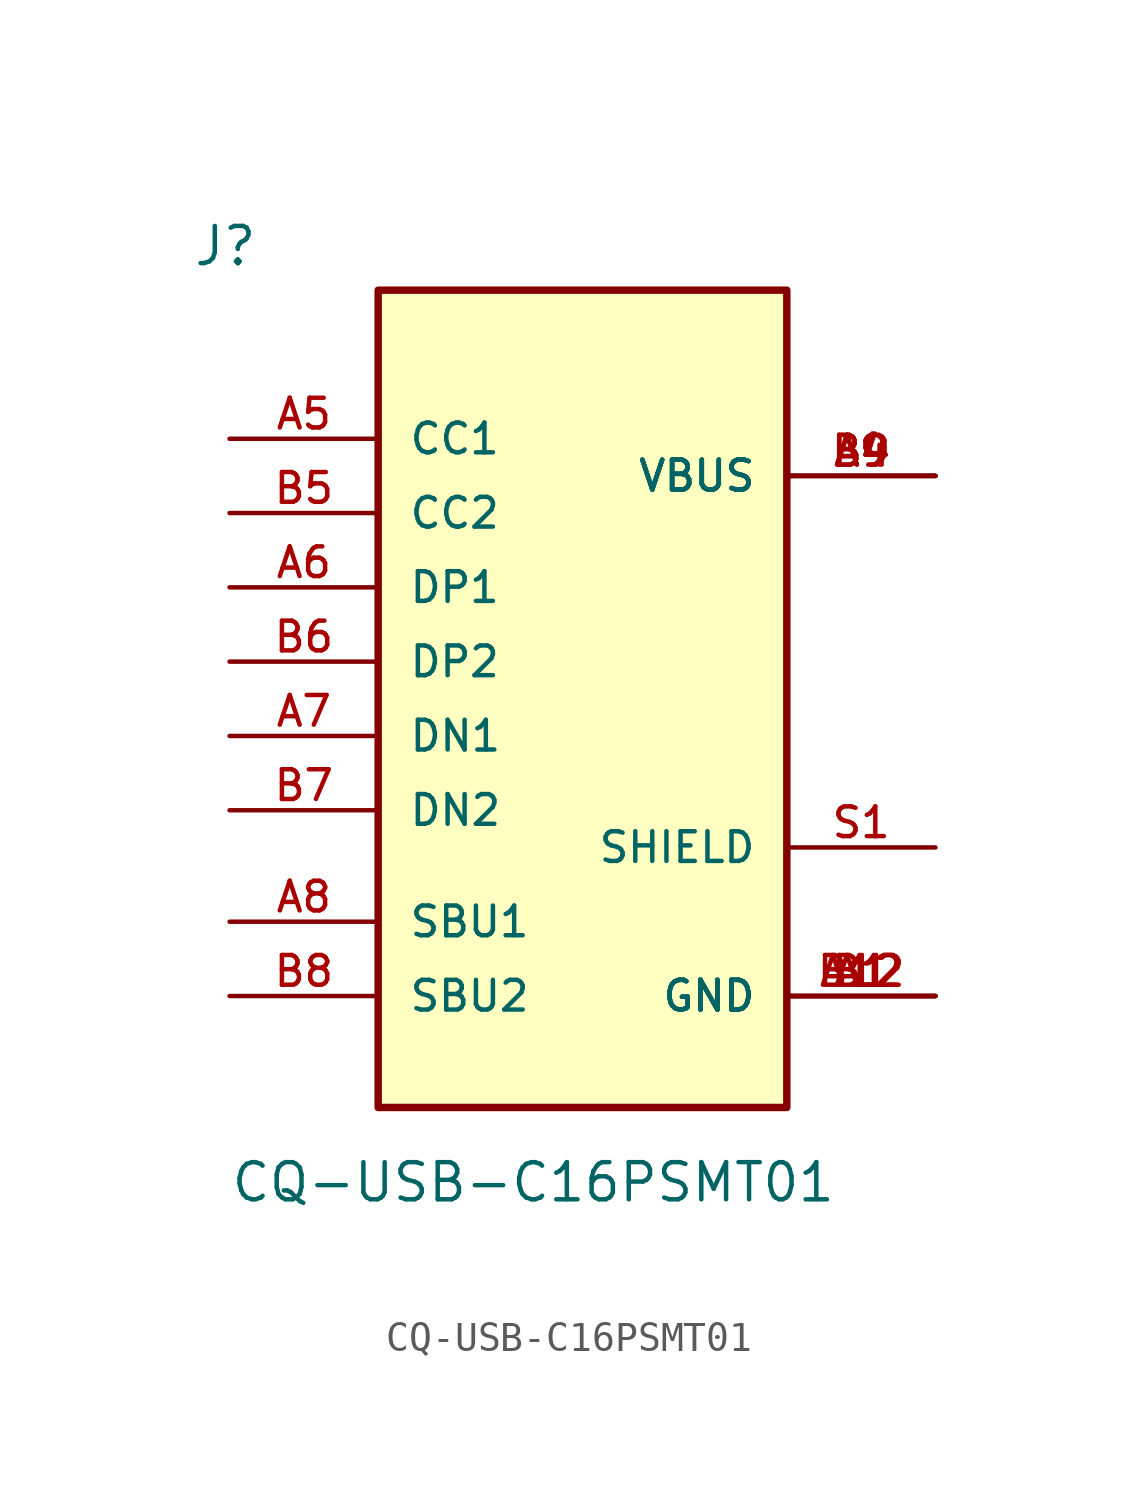
<source format=kicad_sym>
(kicad_symbol_lib
  (version 20211014)
  (generator kicad_symbol_editor)
  (symbol "CQ-USB-C16PSMT01"
    (pin_names
      (offset 1.016))
    (property "Reference" "J"
      (at -12.7 13.462 0)
      (effects (font (size 1.27 1.27)) (justify left bottom)))
    (property "Value" "CQ-USB-C16PSMT01"
      (at -11.43 -18.542 0)
      (effects (font (size 1.27 1.27)) (justify left bottom)))
    (property "ki_locked" ""
      (at 0 0 0)
      (effects (font (size 1.27 1.27))))
    (symbol "CQ-USB-C16PSMT01_0_0"
      (rectangle (start -6.35 12.7) (end 7.62 -15.24) (stroke (width 0.254) (type default) (color 0 0 0 0)) (fill (type background)))
      (pin power_in line (at 12.7 -11.43 180) (length 5.08) (name "GND" (effects (font (size 1.016 1.016)))) (number "A1" (effects (font (size 1.016 1.016)))))
      (pin power_in line (at 12.7 -11.43 180) (length 5.08) (name "GND" (effects (font (size 1.016 1.016)))) (number "A12" (effects (font (size 1.016 1.016)))))
      (pin power_in line (at 12.7 6.35 180) (length 5.08) (name "VBUS" (effects (font (size 1.016 1.016)))) (number "A4" (effects (font (size 1.016 1.016)))))
      (pin bidirectional line (at -11.43 7.62 0) (length 5.08) (name "CC1" (effects (font (size 1.016 1.016)))) (number "A5" (effects (font (size 1.016 1.016)))))
      (pin bidirectional line (at -11.43 2.54 0) (length 5.08) (name "DP1" (effects (font (size 1.016 1.016)))) (number "A6" (effects (font (size 1.016 1.016)))))
      (pin bidirectional line (at -11.43 -2.54 0) (length 5.08) (name "DN1" (effects (font (size 1.016 1.016)))) (number "A7" (effects (font (size 1.016 1.016)))))
      (pin bidirectional line (at -11.43 -8.89 0) (length 5.08) (name "SBU1" (effects (font (size 1.016 1.016)))) (number "A8" (effects (font (size 1.016 1.016)))))
      (pin power_in line (at 12.7 6.35 180) (length 5.08) (name "VBUS" (effects (font (size 1.016 1.016)))) (number "A9" (effects (font (size 1.016 1.016)))))
      (pin power_in line (at 12.7 -11.43 180) (length 5.08) (name "GND" (effects (font (size 1.016 1.016)))) (number "B1" (effects (font (size 1.016 1.016)))))
      (pin power_in line (at 12.7 -11.43 180) (length 5.08) (name "GND" (effects (font (size 1.016 1.016)))) (number "B12" (effects (font (size 1.016 1.016)))))
      (pin power_in line (at 12.7 6.35 180) (length 5.08) (name "VBUS" (effects (font (size 1.016 1.016)))) (number "B4" (effects (font (size 1.016 1.016)))))
      (pin bidirectional line (at -11.43 5.08 0) (length 5.08) (name "CC2" (effects (font (size 1.016 1.016)))) (number "B5" (effects (font (size 1.016 1.016)))))
      (pin bidirectional line (at -11.43 0 0) (length 5.08) (name "DP2" (effects (font (size 1.016 1.016)))) (number "B6" (effects (font (size 1.016 1.016)))))
      (pin bidirectional line (at -11.43 -5.08 0) (length 5.08) (name "DN2" (effects (font (size 1.016 1.016)))) (number "B7" (effects (font (size 1.016 1.016)))))
      (pin bidirectional line (at -11.43 -11.43 0) (length 5.08) (name "SBU2" (effects (font (size 1.016 1.016)))) (number "B8" (effects (font (size 1.016 1.016)))))
      (pin power_in line (at 12.7 6.35 180) (length 5.08) (name "VBUS" (effects (font (size 1.016 1.016)))) (number "B9" (effects (font (size 1.016 1.016)))))
      (pin passive line (at 12.7 -6.35 180) (length 5.08) (name "SHIELD" (effects (font (size 1.016 1.016)))) (number "S1" (effects (font (size 1.016 1.016))))))))
</source>
